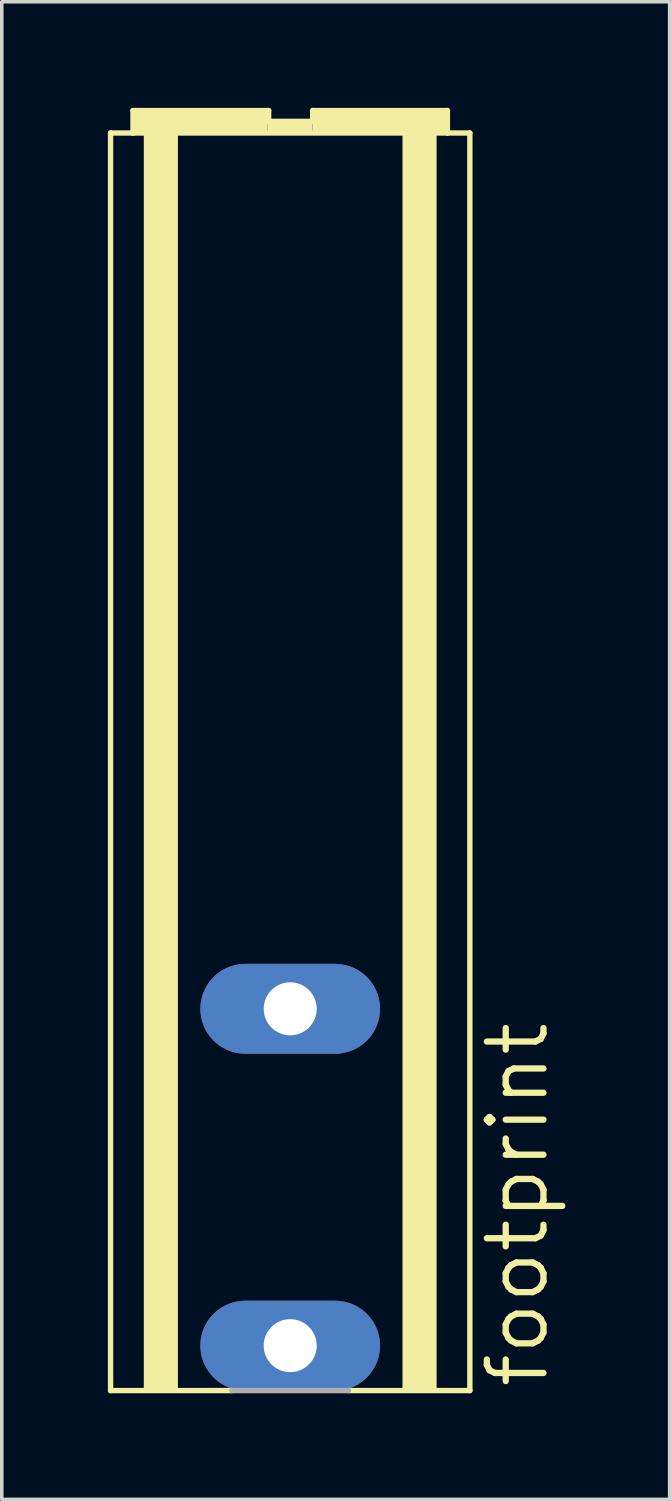
<source format=kicad_pcb>
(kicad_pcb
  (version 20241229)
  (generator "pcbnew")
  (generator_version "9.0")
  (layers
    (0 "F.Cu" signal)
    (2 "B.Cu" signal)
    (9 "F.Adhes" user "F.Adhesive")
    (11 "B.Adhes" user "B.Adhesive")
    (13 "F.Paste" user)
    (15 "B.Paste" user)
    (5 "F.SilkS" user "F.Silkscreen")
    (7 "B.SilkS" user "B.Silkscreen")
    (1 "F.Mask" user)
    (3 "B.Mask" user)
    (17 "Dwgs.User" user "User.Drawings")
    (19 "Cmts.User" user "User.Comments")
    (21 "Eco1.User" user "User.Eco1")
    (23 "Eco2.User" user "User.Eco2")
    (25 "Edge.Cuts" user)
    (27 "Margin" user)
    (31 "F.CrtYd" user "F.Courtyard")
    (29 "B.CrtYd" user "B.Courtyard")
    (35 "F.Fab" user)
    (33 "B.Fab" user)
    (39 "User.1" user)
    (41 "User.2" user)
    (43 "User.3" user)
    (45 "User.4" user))
  (footprint "footprint"
    (layer "F.Cu")
    (at 5.156 17.221)
    (property "Reference" "footprint" (at 7.366 19.05 90) (layer "F.SilkS") (effects (font (size 1.6 1.6) (thickness 0.178)) (justify left bottom)))
    (fp_line (start -5.08 -16.51) (end -4.445 -16.51) (stroke (width 0.152) (type solid)) (layer "F.SilkS"))
    (fp_line (start -5.08 19.05) (end -5.08 -16.51) (stroke (width 0.152) (type solid)) (layer "F.SilkS"))
    (fp_line (start -4.445 -17.145) (end -0.61 -17.145) (stroke (width 0.152) (type solid)) (layer "F.SilkS"))
    (fp_line (start -4.445 -16.51) (end -4.445 -17.145) (stroke (width 0.152) (type solid)) (layer "F.SilkS"))
    (fp_line (start -4.445 -16.51) (end 4.445 -16.51) (stroke (width 0.152) (type solid)) (layer "F.SilkS"))
    (fp_line (start -1.651 19.05) (end -5.08 19.05) (stroke (width 0.152) (type solid)) (layer "F.SilkS"))
    (fp_line (start -0.61 -17.145) (end -0.61 -16.84) (stroke (width 0.152) (type solid)) (layer "F.SilkS"))
    (fp_line (start -0.61 -16.84) (end 0.635 -16.84) (stroke (width 0.152) (type solid)) (layer "F.SilkS"))
    (fp_line (start 0.635 -16.84) (end 0.635 -17.145) (stroke (width 0.152) (type solid)) (layer "F.SilkS"))
    (fp_line (start 4.445 -17.145) (end 0.635 -17.145) (stroke (width 0.152) (type solid)) (layer "F.SilkS"))
    (fp_line (start 4.445 -16.51) (end 4.445 -17.145) (stroke (width 0.152) (type solid)) (layer "F.SilkS"))
    (fp_line (start 4.445 -16.51) (end 5.08 -16.51) (stroke (width 0.152) (type solid)) (layer "F.SilkS"))
    (fp_line (start 5.08 -16.51) (end 5.08 19.05) (stroke (width 0.152) (type solid)) (layer "F.SilkS"))
    (fp_line (start 5.08 19.05) (end 1.651 19.05) (stroke (width 0.152) (type solid)) (layer "F.SilkS"))
    (fp_poly (pts (xy -4.445 -16.51) (xy -0.635 -16.51) (xy -0.635 -17.145) (xy -4.445 -17.145)) (stroke (width 0) (type solid)) (fill yes) (layer "F.SilkS"))
    (fp_poly (pts (xy -4.14 19.05) (xy -3.175 19.05) (xy -3.175 -16.51) (xy -4.14 -16.51)) (stroke (width 0) (type solid)) (fill yes) (layer "F.SilkS"))
    (fp_poly (pts (xy -0.635 -16.51) (xy 0.635 -16.51) (xy 0.635 -16.84) (xy -0.635 -16.84)) (stroke (width 0) (type solid)) (fill yes) (layer "F.SilkS"))
    (fp_poly (pts (xy 0.635 -16.51) (xy 4.445 -16.51) (xy 4.445 -17.145) (xy 0.635 -17.145)) (stroke (width 0) (type solid)) (fill yes) (layer "F.SilkS"))
    (fp_poly (pts (xy 3.175 19.05) (xy 4.14 19.05) (xy 4.14 -16.51) (xy 3.175 -16.51)) (stroke (width 0) (type solid)) (fill yes) (layer "F.SilkS"))
    (fp_line (start 1.651 19.05) (end -1.651 19.05) (stroke (width 0.152) (type solid)) (layer "F.Fab"))
    (pad "1" thru_hole oval (at 0 17.78) (size 5.08 2.54) (drill 1.499) (layers "*.Cu" "*.Mask"))
    (pad "2" thru_hole oval (at 0 8.255) (size 5.08 2.54) (drill 1.499) (layers "*.Cu" "*.Mask")))
  (gr_rect
    (start -3 -3)
    (end 15.885 39.347)
    (stroke (width 0.1) (type default))
    (fill no)
    (layer "Edge.Cuts")))
</source>
